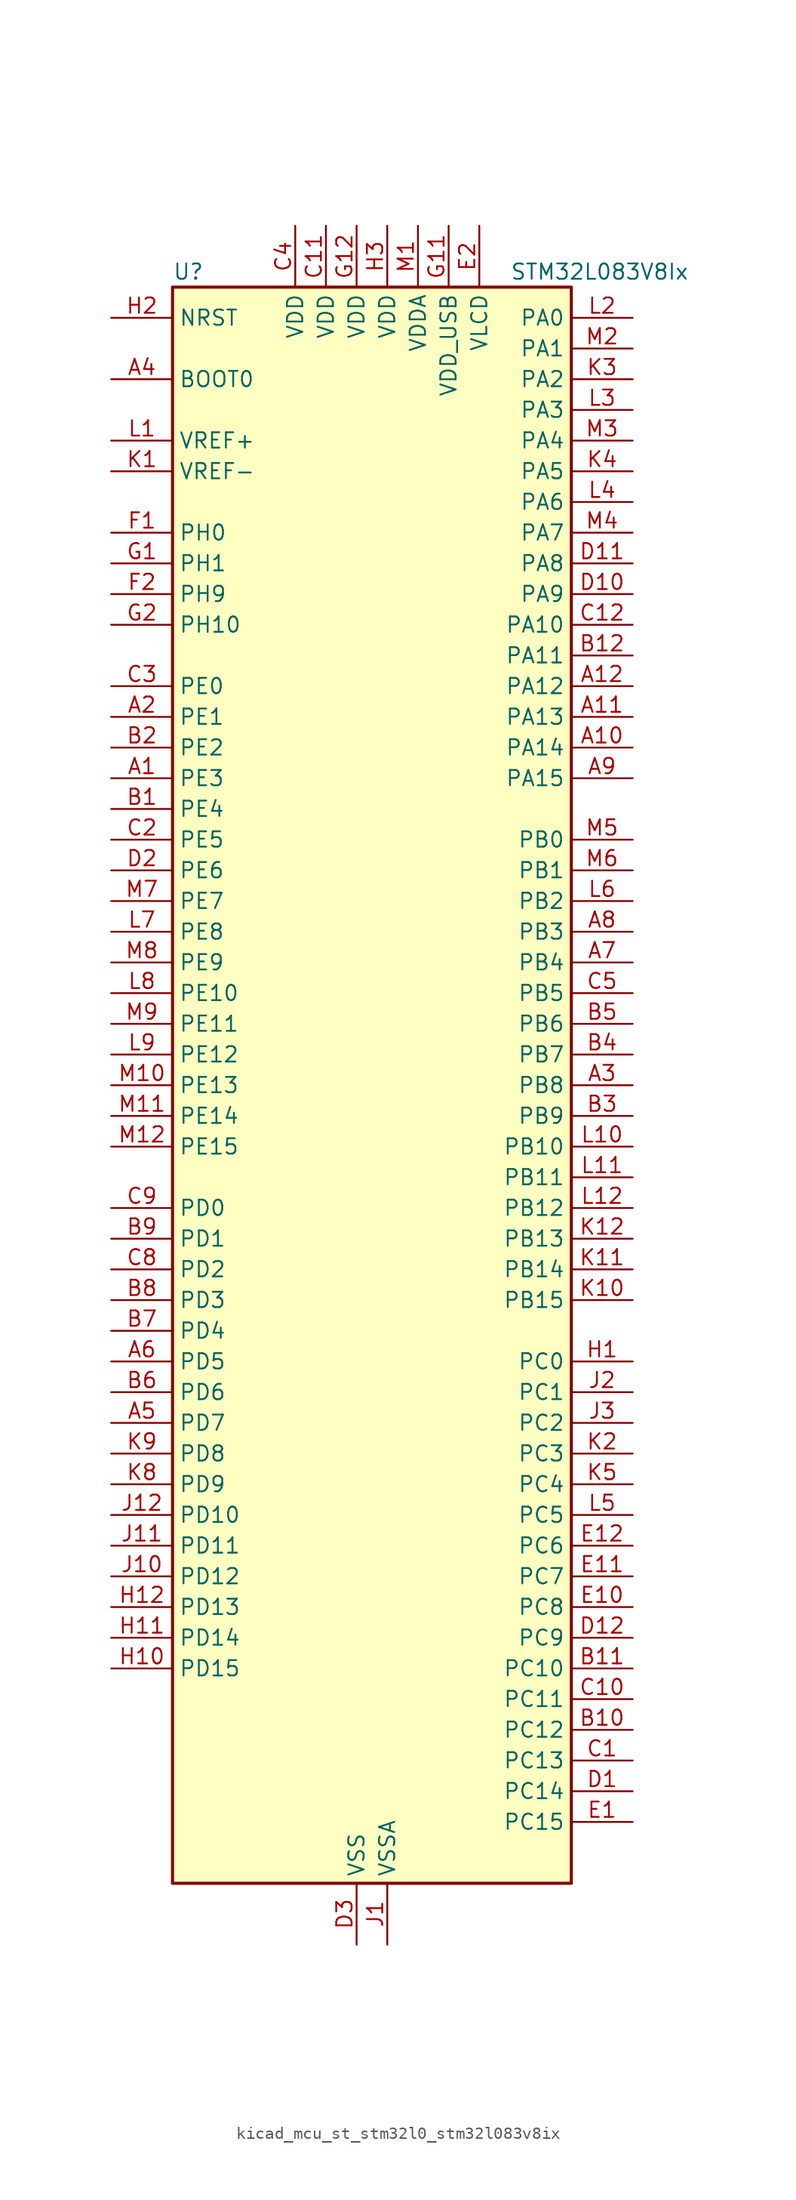
<source format=kicad_sym>
(kicad_symbol_lib
  (version 20220914)
  (generator kicad_symbol_editor)
  (symbol "kicad_mcu_st_stm32l0_stm32l083v8ix"
    (property "Reference" "U"
      (at -15.24 67.31 0)
      (effects (font (size 1.27 1.27)) (justify left)))
    (property "Value" "STM32L083V8Ix"
      (at 12.7 67.31 0)
      (effects (font (size 1.27 1.27)) (justify left)))
    (property "ki_locked" ""
      (at 0 0 0)
      (effects (font (size 1.27 1.27))))
    (symbol "kicad_mcu_st_stm32l0_stm32l083v8ix_0_1"
      (rectangle (start -15.24 -66.04) (end 17.78 66.04) (stroke (width 0.254) (type default)) (fill (type background))))
    (symbol "kicad_mcu_st_stm32l0_stm32l083v8ix_1_1"
      (pin bidirectional line (at -20.32 25.4 0) (length 5.08) (name "PE3" (effects (font (size 1.27 1.27)))) (number "A1" (effects (font (size 1.27 1.27)))) (alternate "LCD_SEG39" bidirectional line) (alternate "TIM22_CH1" bidirectional line) (alternate "TIM3_CH1" bidirectional line))
      (pin bidirectional line (at 22.86 27.94 180) (length 5.08) (name "PA14" (effects (font (size 1.27 1.27)))) (number "A10" (effects (font (size 1.27 1.27)))) (alternate "LPUART1_TX" bidirectional line) (alternate "SYS_SWCLK" bidirectional line) (alternate "USART2_TX" bidirectional line))
      (pin bidirectional line (at 22.86 30.48 180) (length 5.08) (name "PA13" (effects (font (size 1.27 1.27)))) (number "A11" (effects (font (size 1.27 1.27)))) (alternate "LPUART1_RX" bidirectional line) (alternate "SYS_SWDIO" bidirectional line) (alternate "USB_NOE" bidirectional line))
      (pin bidirectional line (at 22.86 33.02 180) (length 5.08) (name "PA12" (effects (font (size 1.27 1.27)))) (number "A12" (effects (font (size 1.27 1.27)))) (alternate "COMP2_OUT" bidirectional line) (alternate "SPI1_MOSI" bidirectional line) (alternate "TSC_G4_IO4" bidirectional line) (alternate "USART1_DE" bidirectional line) (alternate "USART1_RTS" bidirectional line) (alternate "USB_DP" bidirectional line))
      (pin bidirectional line (at -20.32 30.48 0) (length 5.08) (name "PE1" (effects (font (size 1.27 1.27)))) (number "A2" (effects (font (size 1.27 1.27)))) (alternate "LCD_SEG37" bidirectional line))
      (pin bidirectional line (at 22.86 0 180) (length 5.08) (name "PB8" (effects (font (size 1.27 1.27)))) (number "A3" (effects (font (size 1.27 1.27)))) (alternate "I2C1_SCL" bidirectional line) (alternate "LCD_SEG16" bidirectional line) (alternate "TSC_SYNC" bidirectional line))
      (pin input line (at -20.32 58.42 0) (length 5.08) (name "BOOT0" (effects (font (size 1.27 1.27)))) (number "A4" (effects (font (size 1.27 1.27)))))
      (pin bidirectional line (at -20.32 -27.94 0) (length 5.08) (name "PD7" (effects (font (size 1.27 1.27)))) (number "A5" (effects (font (size 1.27 1.27)))) (alternate "TIM21_CH2" bidirectional line) (alternate "USART2_CK" bidirectional line))
      (pin bidirectional line (at -20.32 -22.86 0) (length 5.08) (name "PD5" (effects (font (size 1.27 1.27)))) (number "A6" (effects (font (size 1.27 1.27)))) (alternate "USART2_TX" bidirectional line))
      (pin bidirectional line (at 22.86 10.16 180) (length 5.08) (name "PB4" (effects (font (size 1.27 1.27)))) (number "A7" (effects (font (size 1.27 1.27)))) (alternate "COMP2_INP" bidirectional line) (alternate "I2C3_SDA" bidirectional line) (alternate "LCD_SEG8" bidirectional line) (alternate "SPI1_MISO" bidirectional line) (alternate "TIM22_CH1" bidirectional line) (alternate "TIM3_CH1" bidirectional line) (alternate "TSC_G5_IO2" bidirectional line) (alternate "USART1_CTS" bidirectional line) (alternate "USART5_RX" bidirectional line))
      (pin bidirectional line (at 22.86 12.7 180) (length 5.08) (name "PB3" (effects (font (size 1.27 1.27)))) (number "A8" (effects (font (size 1.27 1.27)))) (alternate "COMP2_INM" bidirectional line) (alternate "LCD_SEG7" bidirectional line) (alternate "SPI1_SCK" bidirectional line) (alternate "TIM2_CH2" bidirectional line) (alternate "TSC_G5_IO1" bidirectional line) (alternate "USART1_DE" bidirectional line) (alternate "USART1_RTS" bidirectional line) (alternate "USART5_TX" bidirectional line))
      (pin bidirectional line (at 22.86 25.4 180) (length 5.08) (name "PA15" (effects (font (size 1.27 1.27)))) (number "A9" (effects (font (size 1.27 1.27)))) (alternate "LCD_SEG17" bidirectional line) (alternate "SPI1_NSS" bidirectional line) (alternate "TIM2_CH1" bidirectional line) (alternate "TIM2_ETR" bidirectional line) (alternate "USART2_RX" bidirectional line) (alternate "USART4_DE" bidirectional line) (alternate "USART4_RTS" bidirectional line))
      (pin bidirectional line (at -20.32 22.86 0) (length 5.08) (name "PE4" (effects (font (size 1.27 1.27)))) (number "B1" (effects (font (size 1.27 1.27)))) (alternate "TIM22_CH2" bidirectional line) (alternate "TIM3_CH2" bidirectional line))
      (pin bidirectional line (at 22.86 -53.34 180) (length 5.08) (name "PC12" (effects (font (size 1.27 1.27)))) (number "B10" (effects (font (size 1.27 1.27)))) (alternate "LCD_COM6" bidirectional line) (alternate "LCD_SEG30" bidirectional line) (alternate "LCD_SEG50" bidirectional line) (alternate "USART4_CK" bidirectional line) (alternate "USART5_TX" bidirectional line))
      (pin bidirectional line (at 22.86 -48.26 180) (length 5.08) (name "PC10" (effects (font (size 1.27 1.27)))) (number "B11" (effects (font (size 1.27 1.27)))) (alternate "LCD_COM4" bidirectional line) (alternate "LCD_SEG28" bidirectional line) (alternate "LCD_SEG48" bidirectional line) (alternate "LPUART1_TX" bidirectional line) (alternate "USART4_TX" bidirectional line))
      (pin bidirectional line (at 22.86 35.56 180) (length 5.08) (name "PA11" (effects (font (size 1.27 1.27)))) (number "B12" (effects (font (size 1.27 1.27)))) (alternate "ADC_EXTI11" bidirectional line) (alternate "COMP1_OUT" bidirectional line) (alternate "SPI1_MISO" bidirectional line) (alternate "TSC_G4_IO3" bidirectional line) (alternate "USART1_CTS" bidirectional line) (alternate "USB_DM" bidirectional line))
      (pin bidirectional line (at -20.32 27.94 0) (length 5.08) (name "PE2" (effects (font (size 1.27 1.27)))) (number "B2" (effects (font (size 1.27 1.27)))) (alternate "LCD_SEG38" bidirectional line) (alternate "TIM3_ETR" bidirectional line))
      (pin bidirectional line (at 22.86 -2.54 180) (length 5.08) (name "PB9" (effects (font (size 1.27 1.27)))) (number "B3" (effects (font (size 1.27 1.27)))) (alternate "DAC_EXTI9" bidirectional line) (alternate "I2C1_SDA" bidirectional line) (alternate "I2S2_WS" bidirectional line) (alternate "LCD_COM3" bidirectional line) (alternate "SPI2_NSS" bidirectional line))
      (pin bidirectional line (at 22.86 2.54 180) (length 5.08) (name "PB7" (effects (font (size 1.27 1.27)))) (number "B4" (effects (font (size 1.27 1.27)))) (alternate "COMP2_INP" bidirectional line) (alternate "I2C1_SDA" bidirectional line) (alternate "LPTIM1_IN2" bidirectional line) (alternate "SYS_PVD_IN" bidirectional line) (alternate "TSC_G5_IO4" bidirectional line) (alternate "USART1_RX" bidirectional line) (alternate "USART4_CTS" bidirectional line))
      (pin bidirectional line (at 22.86 5.08 180) (length 5.08) (name "PB6" (effects (font (size 1.27 1.27)))) (number "B5" (effects (font (size 1.27 1.27)))) (alternate "COMP2_INP" bidirectional line) (alternate "I2C1_SCL" bidirectional line) (alternate "LPTIM1_ETR" bidirectional line) (alternate "TSC_G5_IO3" bidirectional line) (alternate "USART1_TX" bidirectional line))
      (pin bidirectional line (at -20.32 -25.4 0) (length 5.08) (name "PD6" (effects (font (size 1.27 1.27)))) (number "B6" (effects (font (size 1.27 1.27)))) (alternate "USART2_RX" bidirectional line))
      (pin bidirectional line (at -20.32 -20.32 0) (length 5.08) (name "PD4" (effects (font (size 1.27 1.27)))) (number "B7" (effects (font (size 1.27 1.27)))) (alternate "I2S2_SD" bidirectional line) (alternate "SPI2_MOSI" bidirectional line) (alternate "USART2_DE" bidirectional line) (alternate "USART2_RTS" bidirectional line))
      (pin bidirectional line (at -20.32 -17.78 0) (length 5.08) (name "PD3" (effects (font (size 1.27 1.27)))) (number "B8" (effects (font (size 1.27 1.27)))) (alternate "I2S2_MCK" bidirectional line) (alternate "LCD_SEG44" bidirectional line) (alternate "SPI2_MISO" bidirectional line) (alternate "USART2_CTS" bidirectional line))
      (pin bidirectional line (at -20.32 -12.7 0) (length 5.08) (name "PD1" (effects (font (size 1.27 1.27)))) (number "B9" (effects (font (size 1.27 1.27)))) (alternate "I2S2_CK" bidirectional line) (alternate "SPI2_SCK" bidirectional line))
      (pin bidirectional line (at 22.86 -55.88 180) (length 5.08) (name "PC13" (effects (font (size 1.27 1.27)))) (number "C1" (effects (font (size 1.27 1.27)))) (alternate "RTC_OUT_ALARM" bidirectional line) (alternate "RTC_OUT_CALIB" bidirectional line) (alternate "RTC_TAMP1" bidirectional line) (alternate "RTC_TS" bidirectional line) (alternate "SYS_WKUP2" bidirectional line))
      (pin bidirectional line (at 22.86 -50.8 180) (length 5.08) (name "PC11" (effects (font (size 1.27 1.27)))) (number "C10" (effects (font (size 1.27 1.27)))) (alternate "ADC_EXTI11" bidirectional line) (alternate "LCD_COM5" bidirectional line) (alternate "LCD_SEG29" bidirectional line) (alternate "LCD_SEG49" bidirectional line) (alternate "LPUART1_RX" bidirectional line) (alternate "USART4_RX" bidirectional line))
      (pin power_in line (at -2.54 71.12 270) (length 5.08) (name "VDD" (effects (font (size 1.27 1.27)))) (number "C11" (effects (font (size 1.27 1.27)))))
      (pin bidirectional line (at 22.86 38.1 180) (length 5.08) (name "PA10" (effects (font (size 1.27 1.27)))) (number "C12" (effects (font (size 1.27 1.27)))) (alternate "I2C1_SDA" bidirectional line) (alternate "LCD_COM2" bidirectional line) (alternate "TSC_G4_IO2" bidirectional line) (alternate "USART1_RX" bidirectional line))
      (pin bidirectional line (at -20.32 20.32 0) (length 5.08) (name "PE5" (effects (font (size 1.27 1.27)))) (number "C2" (effects (font (size 1.27 1.27)))) (alternate "TIM21_CH1" bidirectional line) (alternate "TIM3_CH3" bidirectional line))
      (pin bidirectional line (at -20.32 33.02 0) (length 5.08) (name "PE0" (effects (font (size 1.27 1.27)))) (number "C3" (effects (font (size 1.27 1.27)))) (alternate "LCD_SEG36" bidirectional line))
      (pin power_in line (at -5.08 71.12 270) (length 5.08) (name "VDD" (effects (font (size 1.27 1.27)))) (number "C4" (effects (font (size 1.27 1.27)))))
      (pin bidirectional line (at 22.86 7.62 180) (length 5.08) (name "PB5" (effects (font (size 1.27 1.27)))) (number "C5" (effects (font (size 1.27 1.27)))) (alternate "COMP2_INP" bidirectional line) (alternate "I2C1_SMBA" bidirectional line) (alternate "LCD_SEG9" bidirectional line) (alternate "LPTIM1_IN1" bidirectional line) (alternate "SPI1_MOSI" bidirectional line) (alternate "TIM22_CH2" bidirectional line) (alternate "TIM3_CH2" bidirectional line) (alternate "USART1_CK" bidirectional line) (alternate "USART5_CK" bidirectional line) (alternate "USART5_DE" bidirectional line) (alternate "USART5_RTS" bidirectional line))
      (pin bidirectional line (at -20.32 -15.24 0) (length 5.08) (name "PD2" (effects (font (size 1.27 1.27)))) (number "C8" (effects (font (size 1.27 1.27)))) (alternate "LCD_COM7" bidirectional line) (alternate "LCD_SEG31" bidirectional line) (alternate "LCD_SEG51" bidirectional line) (alternate "LPUART1_DE" bidirectional line) (alternate "LPUART1_RTS" bidirectional line) (alternate "TIM3_ETR" bidirectional line) (alternate "USART5_RX" bidirectional line))
      (pin bidirectional line (at -20.32 -10.16 0) (length 5.08) (name "PD0" (effects (font (size 1.27 1.27)))) (number "C9" (effects (font (size 1.27 1.27)))) (alternate "I2S2_WS" bidirectional line) (alternate "SPI2_NSS" bidirectional line) (alternate "TIM21_CH1" bidirectional line))
      (pin bidirectional line (at 22.86 -58.42 180) (length 5.08) (name "PC14" (effects (font (size 1.27 1.27)))) (number "D1" (effects (font (size 1.27 1.27)))) (alternate "RCC_OSC32_IN" bidirectional line))
      (pin bidirectional line (at 22.86 40.64 180) (length 5.08) (name "PA9" (effects (font (size 1.27 1.27)))) (number "D10" (effects (font (size 1.27 1.27)))) (alternate "DAC_EXTI9" bidirectional line) (alternate "I2C1_SCL" bidirectional line) (alternate "I2C3_SMBA" bidirectional line) (alternate "LCD_COM1" bidirectional line) (alternate "RCC_MCO" bidirectional line) (alternate "TSC_G4_IO1" bidirectional line) (alternate "USART1_TX" bidirectional line))
      (pin bidirectional line (at 22.86 43.18 180) (length 5.08) (name "PA8" (effects (font (size 1.27 1.27)))) (number "D11" (effects (font (size 1.27 1.27)))) (alternate "CRS_SYNC" bidirectional line) (alternate "I2C3_SCL" bidirectional line) (alternate "LCD_COM0" bidirectional line) (alternate "RCC_MCO" bidirectional line) (alternate "USART1_CK" bidirectional line))
      (pin bidirectional line (at 22.86 -45.72 180) (length 5.08) (name "PC9" (effects (font (size 1.27 1.27)))) (number "D12" (effects (font (size 1.27 1.27)))) (alternate "DAC_EXTI9" bidirectional line) (alternate "I2C3_SDA" bidirectional line) (alternate "LCD_SEG27" bidirectional line) (alternate "TIM21_ETR" bidirectional line) (alternate "TIM3_CH4" bidirectional line) (alternate "TSC_G8_IO4" bidirectional line) (alternate "USB_NOE" bidirectional line))
      (pin bidirectional line (at -20.32 17.78 0) (length 5.08) (name "PE6" (effects (font (size 1.27 1.27)))) (number "D2" (effects (font (size 1.27 1.27)))) (alternate "RTC_TAMP3" bidirectional line) (alternate "SYS_WKUP3" bidirectional line) (alternate "TIM21_CH2" bidirectional line) (alternate "TIM3_CH4" bidirectional line))
      (pin power_in line (at 0 -71.12 90) (length 5.08) (name "VSS" (effects (font (size 1.27 1.27)))) (number "D3" (effects (font (size 1.27 1.27)))))
      (pin bidirectional line (at 22.86 -60.96 180) (length 5.08) (name "PC15" (effects (font (size 1.27 1.27)))) (number "E1" (effects (font (size 1.27 1.27)))) (alternate "RCC_OSC32_OUT" bidirectional line))
      (pin bidirectional line (at 22.86 -43.18 180) (length 5.08) (name "PC8" (effects (font (size 1.27 1.27)))) (number "E10" (effects (font (size 1.27 1.27)))) (alternate "LCD_SEG26" bidirectional line) (alternate "TIM22_ETR" bidirectional line) (alternate "TIM3_CH3" bidirectional line) (alternate "TSC_G8_IO3" bidirectional line))
      (pin bidirectional line (at 22.86 -40.64 180) (length 5.08) (name "PC7" (effects (font (size 1.27 1.27)))) (number "E11" (effects (font (size 1.27 1.27)))) (alternate "LCD_SEG25" bidirectional line) (alternate "TIM22_CH2" bidirectional line) (alternate "TIM3_CH2" bidirectional line) (alternate "TSC_G8_IO2" bidirectional line))
      (pin bidirectional line (at 22.86 -38.1 180) (length 5.08) (name "PC6" (effects (font (size 1.27 1.27)))) (number "E12" (effects (font (size 1.27 1.27)))) (alternate "LCD_SEG24" bidirectional line) (alternate "TIM22_CH1" bidirectional line) (alternate "TIM3_CH1" bidirectional line) (alternate "TSC_G8_IO1" bidirectional line))
      (pin power_in line (at 10.16 71.12 270) (length 5.08) (name "VLCD" (effects (font (size 1.27 1.27)))) (number "E2" (effects (font (size 1.27 1.27)))))
      (pin passive line (at 0 -71.12 90) (length 5.08) hide (name "VSS" (effects (font (size 1.27 1.27)))) (number "E3" (effects (font (size 1.27 1.27)))))
      (pin bidirectional line (at -20.32 45.72 0) (length 5.08) (name "PH0" (effects (font (size 1.27 1.27)))) (number "F1" (effects (font (size 1.27 1.27)))) (alternate "CRS_SYNC" bidirectional line) (alternate "RCC_OSC_IN" bidirectional line))
      (pin passive line (at 0 -71.12 90) (length 5.08) hide (name "VSS" (effects (font (size 1.27 1.27)))) (number "F11" (effects (font (size 1.27 1.27)))))
      (pin passive line (at 0 -71.12 90) (length 5.08) hide (name "VSS" (effects (font (size 1.27 1.27)))) (number "F12" (effects (font (size 1.27 1.27)))))
      (pin bidirectional line (at -20.32 40.64 0) (length 5.08) (name "PH9" (effects (font (size 1.27 1.27)))) (number "F2" (effects (font (size 1.27 1.27)))) (alternate "DAC_EXTI9" bidirectional line))
      (pin bidirectional line (at -20.32 43.18 0) (length 5.08) (name "PH1" (effects (font (size 1.27 1.27)))) (number "G1" (effects (font (size 1.27 1.27)))) (alternate "RCC_OSC_OUT" bidirectional line))
      (pin power_in line (at 7.62 71.12 270) (length 5.08) (name "VDD_USB" (effects (font (size 1.27 1.27)))) (number "G11" (effects (font (size 1.27 1.27)))))
      (pin power_in line (at 0 71.12 270) (length 5.08) (name "VDD" (effects (font (size 1.27 1.27)))) (number "G12" (effects (font (size 1.27 1.27)))))
      (pin bidirectional line (at -20.32 38.1 0) (length 5.08) (name "PH10" (effects (font (size 1.27 1.27)))) (number "G2" (effects (font (size 1.27 1.27)))))
      (pin bidirectional line (at 22.86 -22.86 180) (length 5.08) (name "PC0" (effects (font (size 1.27 1.27)))) (number "H1" (effects (font (size 1.27 1.27)))) (alternate "ADC_IN10" bidirectional line) (alternate "I2C3_SCL" bidirectional line) (alternate "LCD_SEG18" bidirectional line) (alternate "LPTIM1_IN1" bidirectional line) (alternate "LPUART1_RX" bidirectional line) (alternate "TSC_G7_IO1" bidirectional line))
      (pin bidirectional line (at -20.32 -48.26 0) (length 5.08) (name "PD15" (effects (font (size 1.27 1.27)))) (number "H10" (effects (font (size 1.27 1.27)))) (alternate "CRS_SYNC" bidirectional line) (alternate "LCD_SEG35" bidirectional line))
      (pin bidirectional line (at -20.32 -45.72 0) (length 5.08) (name "PD14" (effects (font (size 1.27 1.27)))) (number "H11" (effects (font (size 1.27 1.27)))) (alternate "LCD_SEG34" bidirectional line))
      (pin bidirectional line (at -20.32 -43.18 0) (length 5.08) (name "PD13" (effects (font (size 1.27 1.27)))) (number "H12" (effects (font (size 1.27 1.27)))) (alternate "LCD_SEG33" bidirectional line))
      (pin input line (at -20.32 63.5 0) (length 5.08) (name "NRST" (effects (font (size 1.27 1.27)))) (number "H2" (effects (font (size 1.27 1.27)))))
      (pin power_in line (at 2.54 71.12 270) (length 5.08) (name "VDD" (effects (font (size 1.27 1.27)))) (number "H3" (effects (font (size 1.27 1.27)))))
      (pin power_in line (at 2.54 -71.12 90) (length 5.08) (name "VSSA" (effects (font (size 1.27 1.27)))) (number "J1" (effects (font (size 1.27 1.27)))))
      (pin bidirectional line (at -20.32 -40.64 0) (length 5.08) (name "PD12" (effects (font (size 1.27 1.27)))) (number "J10" (effects (font (size 1.27 1.27)))) (alternate "LCD_SEG32" bidirectional line) (alternate "LPUART1_DE" bidirectional line) (alternate "LPUART1_RTS" bidirectional line))
      (pin bidirectional line (at -20.32 -38.1 0) (length 5.08) (name "PD11" (effects (font (size 1.27 1.27)))) (number "J11" (effects (font (size 1.27 1.27)))) (alternate "ADC_EXTI11" bidirectional line) (alternate "LCD_SEG31" bidirectional line) (alternate "LPUART1_CTS" bidirectional line))
      (pin bidirectional line (at -20.32 -35.56 0) (length 5.08) (name "PD10" (effects (font (size 1.27 1.27)))) (number "J12" (effects (font (size 1.27 1.27)))) (alternate "LCD_SEG30" bidirectional line))
      (pin bidirectional line (at 22.86 -25.4 180) (length 5.08) (name "PC1" (effects (font (size 1.27 1.27)))) (number "J2" (effects (font (size 1.27 1.27)))) (alternate "ADC_IN11" bidirectional line) (alternate "I2C3_SDA" bidirectional line) (alternate "LCD_SEG19" bidirectional line) (alternate "LPTIM1_OUT" bidirectional line) (alternate "LPUART1_TX" bidirectional line) (alternate "TSC_G7_IO2" bidirectional line))
      (pin bidirectional line (at 22.86 -27.94 180) (length 5.08) (name "PC2" (effects (font (size 1.27 1.27)))) (number "J3" (effects (font (size 1.27 1.27)))) (alternate "ADC_IN12" bidirectional line) (alternate "I2S2_MCK" bidirectional line) (alternate "LCD_SEG20" bidirectional line) (alternate "LPTIM1_IN2" bidirectional line) (alternate "SPI2_MISO" bidirectional line) (alternate "TSC_G7_IO3" bidirectional line))
      (pin input line (at -20.32 50.8 0) (length 5.08) (name "VREF-" (effects (font (size 1.27 1.27)))) (number "K1" (effects (font (size 1.27 1.27)))))
      (pin bidirectional line (at 22.86 -17.78 180) (length 5.08) (name "PB15" (effects (font (size 1.27 1.27)))) (number "K10" (effects (font (size 1.27 1.27)))) (alternate "I2S2_SD" bidirectional line) (alternate "LCD_SEG15" bidirectional line) (alternate "RTC_REFIN" bidirectional line) (alternate "SPI2_MOSI" bidirectional line))
      (pin bidirectional line (at 22.86 -15.24 180) (length 5.08) (name "PB14" (effects (font (size 1.27 1.27)))) (number "K11" (effects (font (size 1.27 1.27)))) (alternate "I2C2_SDA" bidirectional line) (alternate "I2S2_MCK" bidirectional line) (alternate "LCD_SEG14" bidirectional line) (alternate "LPUART1_DE" bidirectional line) (alternate "LPUART1_RTS" bidirectional line) (alternate "RTC_OUT_ALARM" bidirectional line) (alternate "RTC_OUT_CALIB" bidirectional line) (alternate "SPI2_MISO" bidirectional line) (alternate "TIM21_CH2" bidirectional line) (alternate "TSC_G6_IO4" bidirectional line))
      (pin bidirectional line (at 22.86 -12.7 180) (length 5.08) (name "PB13" (effects (font (size 1.27 1.27)))) (number "K12" (effects (font (size 1.27 1.27)))) (alternate "I2C2_SCL" bidirectional line) (alternate "I2S2_CK" bidirectional line) (alternate "LCD_SEG13" bidirectional line) (alternate "LPUART1_CTS" bidirectional line) (alternate "RCC_MCO" bidirectional line) (alternate "SPI2_SCK" bidirectional line) (alternate "TIM21_CH1" bidirectional line) (alternate "TSC_G6_IO3" bidirectional line))
      (pin bidirectional line (at 22.86 -30.48 180) (length 5.08) (name "PC3" (effects (font (size 1.27 1.27)))) (number "K2" (effects (font (size 1.27 1.27)))) (alternate "ADC_IN13" bidirectional line) (alternate "I2S2_SD" bidirectional line) (alternate "LCD_SEG21" bidirectional line) (alternate "LPTIM1_ETR" bidirectional line) (alternate "SPI2_MOSI" bidirectional line) (alternate "TSC_G7_IO4" bidirectional line))
      (pin bidirectional line (at 22.86 58.42 180) (length 5.08) (name "PA2" (effects (font (size 1.27 1.27)))) (number "K3" (effects (font (size 1.27 1.27)))) (alternate "ADC_IN2" bidirectional line) (alternate "COMP2_INM" bidirectional line) (alternate "COMP2_OUT" bidirectional line) (alternate "LCD_SEG1" bidirectional line) (alternate "LPUART1_TX" bidirectional line) (alternate "TIM21_CH1" bidirectional line) (alternate "TIM2_CH3" bidirectional line) (alternate "TSC_G1_IO3" bidirectional line) (alternate "USART2_TX" bidirectional line))
      (pin bidirectional line (at 22.86 50.8 180) (length 5.08) (name "PA5" (effects (font (size 1.27 1.27)))) (number "K4" (effects (font (size 1.27 1.27)))) (alternate "ADC_IN5" bidirectional line) (alternate "COMP1_INM" bidirectional line) (alternate "COMP2_INM" bidirectional line) (alternate "DAC_OUT2" bidirectional line) (alternate "SPI1_SCK" bidirectional line) (alternate "TIM2_CH1" bidirectional line) (alternate "TIM2_ETR" bidirectional line) (alternate "TSC_G2_IO2" bidirectional line))
      (pin bidirectional line (at 22.86 -33.02 180) (length 5.08) (name "PC4" (effects (font (size 1.27 1.27)))) (number "K5" (effects (font (size 1.27 1.27)))) (alternate "ADC_IN14" bidirectional line) (alternate "LCD_SEG22" bidirectional line) (alternate "LPUART1_TX" bidirectional line))
      (pin bidirectional line (at -20.32 -33.02 0) (length 5.08) (name "PD9" (effects (font (size 1.27 1.27)))) (number "K8" (effects (font (size 1.27 1.27)))) (alternate "DAC_EXTI9" bidirectional line) (alternate "LCD_SEG29" bidirectional line) (alternate "LPUART1_RX" bidirectional line))
      (pin bidirectional line (at -20.32 -30.48 0) (length 5.08) (name "PD8" (effects (font (size 1.27 1.27)))) (number "K9" (effects (font (size 1.27 1.27)))) (alternate "LCD_SEG28" bidirectional line) (alternate "LPUART1_TX" bidirectional line))
      (pin input line (at -20.32 53.34 0) (length 5.08) (name "VREF+" (effects (font (size 1.27 1.27)))) (number "L1" (effects (font (size 1.27 1.27)))))
      (pin bidirectional line (at 22.86 -5.08 180) (length 5.08) (name "PB10" (effects (font (size 1.27 1.27)))) (number "L10" (effects (font (size 1.27 1.27)))) (alternate "I2C2_SCL" bidirectional line) (alternate "LCD_SEG10" bidirectional line) (alternate "LPUART1_RX" bidirectional line) (alternate "LPUART1_TX" bidirectional line) (alternate "SPI2_SCK" bidirectional line) (alternate "TIM2_CH3" bidirectional line) (alternate "TSC_SYNC" bidirectional line))
      (pin bidirectional line (at 22.86 -7.62 180) (length 5.08) (name "PB11" (effects (font (size 1.27 1.27)))) (number "L11" (effects (font (size 1.27 1.27)))) (alternate "ADC_EXTI11" bidirectional line) (alternate "I2C2_SDA" bidirectional line) (alternate "LCD_SEG11" bidirectional line) (alternate "LPUART1_RX" bidirectional line) (alternate "LPUART1_TX" bidirectional line) (alternate "TIM2_CH4" bidirectional line) (alternate "TSC_G6_IO1" bidirectional line))
      (pin bidirectional line (at 22.86 -10.16 180) (length 5.08) (name "PB12" (effects (font (size 1.27 1.27)))) (number "L12" (effects (font (size 1.27 1.27)))) (alternate "I2S2_WS" bidirectional line) (alternate "LCD_SEG12" bidirectional line) (alternate "LCD_VLCD2" bidirectional line) (alternate "LPUART1_DE" bidirectional line) (alternate "LPUART1_RTS" bidirectional line) (alternate "SPI2_NSS" bidirectional line) (alternate "TSC_G6_IO2" bidirectional line))
      (pin bidirectional line (at 22.86 63.5 180) (length 5.08) (name "PA0" (effects (font (size 1.27 1.27)))) (number "L2" (effects (font (size 1.27 1.27)))) (alternate "ADC_IN0" bidirectional line) (alternate "COMP1_INM" bidirectional line) (alternate "COMP1_OUT" bidirectional line) (alternate "RTC_TAMP2" bidirectional line) (alternate "SYS_WKUP1" bidirectional line) (alternate "TIM2_CH1" bidirectional line) (alternate "TIM2_ETR" bidirectional line) (alternate "TSC_G1_IO1" bidirectional line) (alternate "USART2_CTS" bidirectional line) (alternate "USART4_TX" bidirectional line))
      (pin bidirectional line (at 22.86 55.88 180) (length 5.08) (name "PA3" (effects (font (size 1.27 1.27)))) (number "L3" (effects (font (size 1.27 1.27)))) (alternate "ADC_IN3" bidirectional line) (alternate "COMP2_INP" bidirectional line) (alternate "LCD_SEG2" bidirectional line) (alternate "LPUART1_RX" bidirectional line) (alternate "TIM21_CH2" bidirectional line) (alternate "TIM2_CH4" bidirectional line) (alternate "TSC_G1_IO4" bidirectional line) (alternate "USART2_RX" bidirectional line))
      (pin bidirectional line (at 22.86 48.26 180) (length 5.08) (name "PA6" (effects (font (size 1.27 1.27)))) (number "L4" (effects (font (size 1.27 1.27)))) (alternate "ADC_IN6" bidirectional line) (alternate "COMP1_OUT" bidirectional line) (alternate "LCD_SEG3" bidirectional line) (alternate "LPUART1_CTS" bidirectional line) (alternate "SPI1_MISO" bidirectional line) (alternate "TIM22_CH1" bidirectional line) (alternate "TIM3_CH1" bidirectional line) (alternate "TSC_G2_IO3" bidirectional line))
      (pin bidirectional line (at 22.86 -35.56 180) (length 5.08) (name "PC5" (effects (font (size 1.27 1.27)))) (number "L5" (effects (font (size 1.27 1.27)))) (alternate "ADC_IN15" bidirectional line) (alternate "LCD_SEG23" bidirectional line) (alternate "LPUART1_RX" bidirectional line) (alternate "TSC_G3_IO1" bidirectional line))
      (pin bidirectional line (at 22.86 15.24 180) (length 5.08) (name "PB2" (effects (font (size 1.27 1.27)))) (number "L6" (effects (font (size 1.27 1.27)))) (alternate "I2C3_SMBA" bidirectional line) (alternate "LCD_VLCD2" bidirectional line) (alternate "LPTIM1_OUT" bidirectional line) (alternate "TSC_G3_IO4" bidirectional line))
      (pin bidirectional line (at -20.32 12.7 0) (length 5.08) (name "PE8" (effects (font (size 1.27 1.27)))) (number "L7" (effects (font (size 1.27 1.27)))) (alternate "LCD_SEG46" bidirectional line) (alternate "USART4_TX" bidirectional line))
      (pin bidirectional line (at -20.32 7.62 0) (length 5.08) (name "PE10" (effects (font (size 1.27 1.27)))) (number "L8" (effects (font (size 1.27 1.27)))) (alternate "LCD_SEG40" bidirectional line) (alternate "TIM2_CH2" bidirectional line) (alternate "USART5_TX" bidirectional line))
      (pin bidirectional line (at -20.32 2.54 0) (length 5.08) (name "PE12" (effects (font (size 1.27 1.27)))) (number "L9" (effects (font (size 1.27 1.27)))) (alternate "LCD_VLCD3" bidirectional line) (alternate "SPI1_NSS" bidirectional line) (alternate "TIM2_CH4" bidirectional line))
      (pin power_in line (at 5.08 71.12 270) (length 5.08) (name "VDDA" (effects (font (size 1.27 1.27)))) (number "M1" (effects (font (size 1.27 1.27)))))
      (pin bidirectional line (at -20.32 0 0) (length 5.08) (name "PE13" (effects (font (size 1.27 1.27)))) (number "M10" (effects (font (size 1.27 1.27)))) (alternate "LCD_SEG41" bidirectional line) (alternate "SPI1_SCK" bidirectional line))
      (pin bidirectional line (at -20.32 -2.54 0) (length 5.08) (name "PE14" (effects (font (size 1.27 1.27)))) (number "M11" (effects (font (size 1.27 1.27)))) (alternate "LCD_SEG42" bidirectional line) (alternate "SPI1_MISO" bidirectional line))
      (pin bidirectional line (at -20.32 -5.08 0) (length 5.08) (name "PE15" (effects (font (size 1.27 1.27)))) (number "M12" (effects (font (size 1.27 1.27)))) (alternate "LCD_SEG43" bidirectional line) (alternate "SPI1_MOSI" bidirectional line))
      (pin bidirectional line (at 22.86 60.96 180) (length 5.08) (name "PA1" (effects (font (size 1.27 1.27)))) (number "M2" (effects (font (size 1.27 1.27)))) (alternate "ADC_IN1" bidirectional line) (alternate "COMP1_INP" bidirectional line) (alternate "LCD_SEG0" bidirectional line) (alternate "TIM21_ETR" bidirectional line) (alternate "TIM2_CH2" bidirectional line) (alternate "TSC_G1_IO2" bidirectional line) (alternate "USART2_DE" bidirectional line) (alternate "USART2_RTS" bidirectional line) (alternate "USART4_RX" bidirectional line))
      (pin bidirectional line (at 22.86 53.34 180) (length 5.08) (name "PA4" (effects (font (size 1.27 1.27)))) (number "M3" (effects (font (size 1.27 1.27)))) (alternate "ADC_IN4" bidirectional line) (alternate "COMP1_INM" bidirectional line) (alternate "COMP2_INM" bidirectional line) (alternate "DAC_OUT1" bidirectional line) (alternate "SPI1_NSS" bidirectional line) (alternate "TIM22_ETR" bidirectional line) (alternate "TSC_G2_IO1" bidirectional line) (alternate "USART2_CK" bidirectional line))
      (pin bidirectional line (at 22.86 45.72 180) (length 5.08) (name "PA7" (effects (font (size 1.27 1.27)))) (number "M4" (effects (font (size 1.27 1.27)))) (alternate "ADC_IN7" bidirectional line) (alternate "COMP2_OUT" bidirectional line) (alternate "LCD_SEG4" bidirectional line) (alternate "SPI1_MOSI" bidirectional line) (alternate "TIM22_CH2" bidirectional line) (alternate "TIM3_CH2" bidirectional line) (alternate "TSC_G2_IO4" bidirectional line))
      (pin bidirectional line (at 22.86 20.32 180) (length 5.08) (name "PB0" (effects (font (size 1.27 1.27)))) (number "M5" (effects (font (size 1.27 1.27)))) (alternate "ADC_IN8" bidirectional line) (alternate "LCD_SEG5" bidirectional line) (alternate "LCD_VLCD3" bidirectional line) (alternate "SYS_VREF_OUT_PB0" bidirectional line) (alternate "TIM3_CH3" bidirectional line) (alternate "TSC_G3_IO2" bidirectional line))
      (pin bidirectional line (at 22.86 17.78 180) (length 5.08) (name "PB1" (effects (font (size 1.27 1.27)))) (number "M6" (effects (font (size 1.27 1.27)))) (alternate "ADC_IN9" bidirectional line) (alternate "LCD_SEG6" bidirectional line) (alternate "LPUART1_DE" bidirectional line) (alternate "LPUART1_RTS" bidirectional line) (alternate "SYS_VREF_OUT_PB1" bidirectional line) (alternate "TIM3_CH4" bidirectional line) (alternate "TSC_G3_IO3" bidirectional line))
      (pin bidirectional line (at -20.32 15.24 0) (length 5.08) (name "PE7" (effects (font (size 1.27 1.27)))) (number "M7" (effects (font (size 1.27 1.27)))) (alternate "LCD_SEG45" bidirectional line) (alternate "USART5_CK" bidirectional line) (alternate "USART5_DE" bidirectional line) (alternate "USART5_RTS" bidirectional line))
      (pin bidirectional line (at -20.32 10.16 0) (length 5.08) (name "PE9" (effects (font (size 1.27 1.27)))) (number "M8" (effects (font (size 1.27 1.27)))) (alternate "DAC_EXTI9" bidirectional line) (alternate "LCD_SEG47" bidirectional line) (alternate "TIM2_CH1" bidirectional line) (alternate "TIM2_ETR" bidirectional line) (alternate "USART4_RX" bidirectional line))
      (pin bidirectional line (at -20.32 5.08 0) (length 5.08) (name "PE11" (effects (font (size 1.27 1.27)))) (number "M9" (effects (font (size 1.27 1.27)))) (alternate "ADC_EXTI11" bidirectional line) (alternate "LCD_VLCD1" bidirectional line) (alternate "TIM2_CH3" bidirectional line) (alternate "USART5_RX" bidirectional line)))))
</source>
